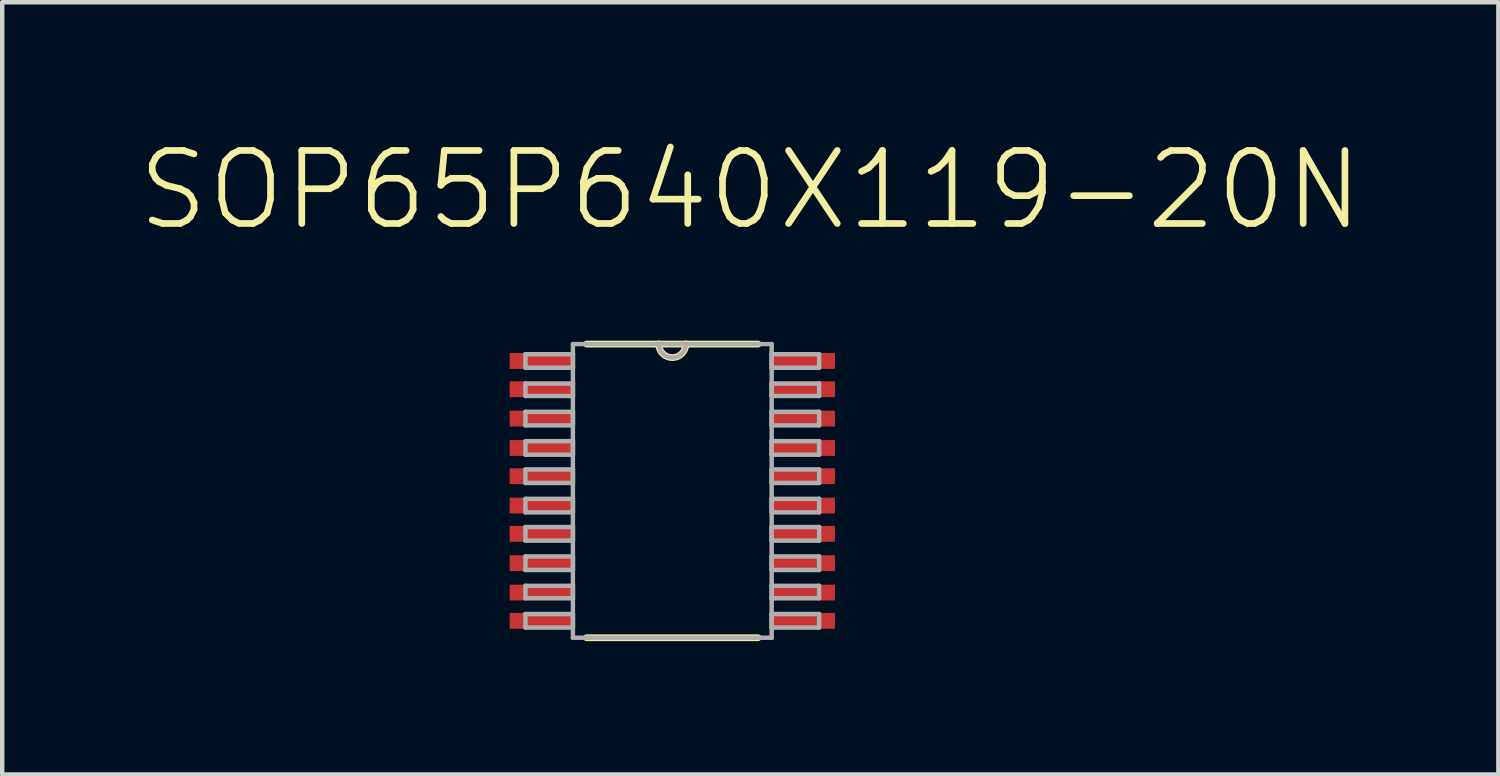
<source format=kicad_pcb>
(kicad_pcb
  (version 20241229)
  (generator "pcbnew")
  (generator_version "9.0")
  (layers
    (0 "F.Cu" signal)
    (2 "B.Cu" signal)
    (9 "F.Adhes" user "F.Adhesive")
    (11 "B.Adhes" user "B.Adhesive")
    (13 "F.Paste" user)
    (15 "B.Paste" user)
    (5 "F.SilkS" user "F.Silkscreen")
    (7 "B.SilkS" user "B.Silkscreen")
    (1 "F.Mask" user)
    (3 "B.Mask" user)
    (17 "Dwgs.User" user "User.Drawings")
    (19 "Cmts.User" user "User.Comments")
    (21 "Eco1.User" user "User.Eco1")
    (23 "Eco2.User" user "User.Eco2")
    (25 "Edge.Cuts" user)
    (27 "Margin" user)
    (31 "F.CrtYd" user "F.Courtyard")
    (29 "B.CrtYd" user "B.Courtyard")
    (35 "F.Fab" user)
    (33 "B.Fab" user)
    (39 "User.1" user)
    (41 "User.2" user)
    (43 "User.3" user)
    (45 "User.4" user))
  (footprint "SOP65P640X119-20N"
    (layer "F.Cu")
    (at 12.068 7.989)
    (property "Reference" "SOP65P640X119-20N" (at 1.755 -6.765 0) (layer "F.SilkS") (effects (font (size 1.642 1.642) (thickness 0.15))))
    (attr smd)
    (fp_line (start -1.93 3.302) (end 1.93 3.302) (stroke (width 0.152) (type solid)) (layer "F.SilkS"))
    (fp_line (start -0.305 -3.302) (end -1.93 -3.302) (stroke (width 0.152) (type solid)) (layer "F.SilkS"))
    (fp_line (start 0.305 -3.302) (end -0.305 -3.302) (stroke (width 0.152) (type solid)) (layer "F.SilkS"))
    (fp_line (start 1.93 -3.302) (end 0.305 -3.302) (stroke (width 0.152) (type solid)) (layer "F.SilkS"))
    (fp_arc (start 0.3048 -3.302) (mid 0 -2.9972) (end -0.3048 -3.302) (stroke (width 0.1524) (type solid)) (layer "F.SilkS"))
    (fp_line (start -3.302 -3.073) (end -3.302 -2.769) (stroke (width 0.1) (type solid)) (layer "F.Fab"))
    (fp_line (start -3.302 -2.769) (end -2.235 -2.769) (stroke (width 0.1) (type solid)) (layer "F.Fab"))
    (fp_line (start -3.302 -2.413) (end -3.302 -2.134) (stroke (width 0.1) (type solid)) (layer "F.Fab"))
    (fp_line (start -3.302 -2.134) (end -2.235 -2.134) (stroke (width 0.1) (type solid)) (layer "F.Fab"))
    (fp_line (start -3.302 -1.778) (end -3.302 -1.473) (stroke (width 0.1) (type solid)) (layer "F.Fab"))
    (fp_line (start -3.302 -1.473) (end -2.235 -1.473) (stroke (width 0.1) (type solid)) (layer "F.Fab"))
    (fp_line (start -3.302 -1.118) (end -3.302 -0.813) (stroke (width 0.1) (type solid)) (layer "F.Fab"))
    (fp_line (start -3.302 -0.813) (end -2.235 -0.813) (stroke (width 0.1) (type solid)) (layer "F.Fab"))
    (fp_line (start -3.302 -0.483) (end -3.302 -0.178) (stroke (width 0.1) (type solid)) (layer "F.Fab"))
    (fp_line (start -3.302 -0.178) (end -2.235 -0.178) (stroke (width 0.1) (type solid)) (layer "F.Fab"))
    (fp_line (start -3.302 0.178) (end -3.302 0.483) (stroke (width 0.1) (type solid)) (layer "F.Fab"))
    (fp_line (start -3.302 0.483) (end -2.235 0.483) (stroke (width 0.1) (type solid)) (layer "F.Fab"))
    (fp_line (start -3.302 0.813) (end -3.302 1.118) (stroke (width 0.1) (type solid)) (layer "F.Fab"))
    (fp_line (start -3.302 1.118) (end -2.235 1.118) (stroke (width 0.1) (type solid)) (layer "F.Fab"))
    (fp_line (start -3.302 1.473) (end -3.302 1.778) (stroke (width 0.1) (type solid)) (layer "F.Fab"))
    (fp_line (start -3.302 1.778) (end -2.235 1.778) (stroke (width 0.1) (type solid)) (layer "F.Fab"))
    (fp_line (start -3.302 2.134) (end -3.302 2.413) (stroke (width 0.1) (type solid)) (layer "F.Fab"))
    (fp_line (start -3.302 2.413) (end -2.235 2.413) (stroke (width 0.1) (type solid)) (layer "F.Fab"))
    (fp_line (start -3.302 2.769) (end -3.302 3.073) (stroke (width 0.1) (type solid)) (layer "F.Fab"))
    (fp_line (start -3.302 3.073) (end -2.235 3.073) (stroke (width 0.1) (type solid)) (layer "F.Fab"))
    (fp_line (start -2.235 -3.302) (end -2.235 3.302) (stroke (width 0.1) (type solid)) (layer "F.Fab"))
    (fp_line (start -2.235 -3.073) (end -3.302 -3.073) (stroke (width 0.1) (type solid)) (layer "F.Fab"))
    (fp_line (start -2.235 -2.769) (end -2.235 -3.073) (stroke (width 0.1) (type solid)) (layer "F.Fab"))
    (fp_line (start -2.235 -2.413) (end -3.302 -2.413) (stroke (width 0.1) (type solid)) (layer "F.Fab"))
    (fp_line (start -2.235 -2.134) (end -2.235 -2.413) (stroke (width 0.1) (type solid)) (layer "F.Fab"))
    (fp_line (start -2.235 -1.778) (end -3.302 -1.778) (stroke (width 0.1) (type solid)) (layer "F.Fab"))
    (fp_line (start -2.235 -1.473) (end -2.235 -1.778) (stroke (width 0.1) (type solid)) (layer "F.Fab"))
    (fp_line (start -2.235 -1.118) (end -3.302 -1.118) (stroke (width 0.1) (type solid)) (layer "F.Fab"))
    (fp_line (start -2.235 -0.813) (end -2.235 -1.118) (stroke (width 0.1) (type solid)) (layer "F.Fab"))
    (fp_line (start -2.235 -0.483) (end -3.302 -0.483) (stroke (width 0.1) (type solid)) (layer "F.Fab"))
    (fp_line (start -2.235 -0.178) (end -2.235 -0.483) (stroke (width 0.1) (type solid)) (layer "F.Fab"))
    (fp_line (start -2.235 0.178) (end -3.302 0.178) (stroke (width 0.1) (type solid)) (layer "F.Fab"))
    (fp_line (start -2.235 0.483) (end -2.235 0.178) (stroke (width 0.1) (type solid)) (layer "F.Fab"))
    (fp_line (start -2.235 0.813) (end -3.302 0.813) (stroke (width 0.1) (type solid)) (layer "F.Fab"))
    (fp_line (start -2.235 1.118) (end -2.235 0.813) (stroke (width 0.1) (type solid)) (layer "F.Fab"))
    (fp_line (start -2.235 1.473) (end -3.302 1.473) (stroke (width 0.1) (type solid)) (layer "F.Fab"))
    (fp_line (start -2.235 1.778) (end -2.235 1.473) (stroke (width 0.1) (type solid)) (layer "F.Fab"))
    (fp_line (start -2.235 2.134) (end -3.302 2.134) (stroke (width 0.1) (type solid)) (layer "F.Fab"))
    (fp_line (start -2.235 2.413) (end -2.235 2.134) (stroke (width 0.1) (type solid)) (layer "F.Fab"))
    (fp_line (start -2.235 2.769) (end -3.302 2.769) (stroke (width 0.1) (type solid)) (layer "F.Fab"))
    (fp_line (start -2.235 3.073) (end -2.235 2.769) (stroke (width 0.1) (type solid)) (layer "F.Fab"))
    (fp_line (start -2.235 3.302) (end 2.235 3.302) (stroke (width 0.1) (type solid)) (layer "F.Fab"))
    (fp_line (start -0.305 -3.302) (end -2.235 -3.302) (stroke (width 0.1) (type solid)) (layer "F.Fab"))
    (fp_line (start 0.305 -3.302) (end -0.305 -3.302) (stroke (width 0.1) (type solid)) (layer "F.Fab"))
    (fp_line (start 2.235 -3.302) (end 0.305 -3.302) (stroke (width 0.1) (type solid)) (layer "F.Fab"))
    (fp_line (start 2.235 -3.073) (end 2.235 -2.769) (stroke (width 0.1) (type solid)) (layer "F.Fab"))
    (fp_line (start 2.235 -2.769) (end 3.302 -2.769) (stroke (width 0.1) (type solid)) (layer "F.Fab"))
    (fp_line (start 2.235 -2.413) (end 2.235 -2.134) (stroke (width 0.1) (type solid)) (layer "F.Fab"))
    (fp_line (start 2.235 -2.134) (end 3.302 -2.134) (stroke (width 0.1) (type solid)) (layer "F.Fab"))
    (fp_line (start 2.235 -1.778) (end 2.235 -1.473) (stroke (width 0.1) (type solid)) (layer "F.Fab"))
    (fp_line (start 2.235 -1.473) (end 3.302 -1.473) (stroke (width 0.1) (type solid)) (layer "F.Fab"))
    (fp_line (start 2.235 -1.118) (end 2.235 -0.813) (stroke (width 0.1) (type solid)) (layer "F.Fab"))
    (fp_line (start 2.235 -0.813) (end 3.302 -0.813) (stroke (width 0.1) (type solid)) (layer "F.Fab"))
    (fp_line (start 2.235 -0.483) (end 2.235 -0.178) (stroke (width 0.1) (type solid)) (layer "F.Fab"))
    (fp_line (start 2.235 -0.178) (end 3.302 -0.178) (stroke (width 0.1) (type solid)) (layer "F.Fab"))
    (fp_line (start 2.235 0.178) (end 2.235 0.483) (stroke (width 0.1) (type solid)) (layer "F.Fab"))
    (fp_line (start 2.235 0.483) (end 3.302 0.483) (stroke (width 0.1) (type solid)) (layer "F.Fab"))
    (fp_line (start 2.235 0.813) (end 2.235 1.118) (stroke (width 0.1) (type solid)) (layer "F.Fab"))
    (fp_line (start 2.235 1.118) (end 3.302 1.118) (stroke (width 0.1) (type solid)) (layer "F.Fab"))
    (fp_line (start 2.235 1.473) (end 2.235 1.778) (stroke (width 0.1) (type solid)) (layer "F.Fab"))
    (fp_line (start 2.235 1.778) (end 3.302 1.778) (stroke (width 0.1) (type solid)) (layer "F.Fab"))
    (fp_line (start 2.235 2.134) (end 2.235 2.413) (stroke (width 0.1) (type solid)) (layer "F.Fab"))
    (fp_line (start 2.235 2.413) (end 3.302 2.413) (stroke (width 0.1) (type solid)) (layer "F.Fab"))
    (fp_line (start 2.235 2.769) (end 2.235 3.073) (stroke (width 0.1) (type solid)) (layer "F.Fab"))
    (fp_line (start 2.235 3.073) (end 3.302 3.073) (stroke (width 0.1) (type solid)) (layer "F.Fab"))
    (fp_line (start 2.235 3.302) (end 2.235 -3.302) (stroke (width 0.1) (type solid)) (layer "F.Fab"))
    (fp_line (start 3.302 -3.073) (end 2.235 -3.073) (stroke (width 0.1) (type solid)) (layer "F.Fab"))
    (fp_line (start 3.302 -2.769) (end 3.302 -3.073) (stroke (width 0.1) (type solid)) (layer "F.Fab"))
    (fp_line (start 3.302 -2.413) (end 2.235 -2.413) (stroke (width 0.1) (type solid)) (layer "F.Fab"))
    (fp_line (start 3.302 -2.134) (end 3.302 -2.413) (stroke (width 0.1) (type solid)) (layer "F.Fab"))
    (fp_line (start 3.302 -1.778) (end 2.235 -1.778) (stroke (width 0.1) (type solid)) (layer "F.Fab"))
    (fp_line (start 3.302 -1.473) (end 3.302 -1.778) (stroke (width 0.1) (type solid)) (layer "F.Fab"))
    (fp_line (start 3.302 -1.118) (end 2.235 -1.118) (stroke (width 0.1) (type solid)) (layer "F.Fab"))
    (fp_line (start 3.302 -0.813) (end 3.302 -1.118) (stroke (width 0.1) (type solid)) (layer "F.Fab"))
    (fp_line (start 3.302 -0.483) (end 2.235 -0.483) (stroke (width 0.1) (type solid)) (layer "F.Fab"))
    (fp_line (start 3.302 -0.178) (end 3.302 -0.483) (stroke (width 0.1) (type solid)) (layer "F.Fab"))
    (fp_line (start 3.302 0.178) (end 2.235 0.178) (stroke (width 0.1) (type solid)) (layer "F.Fab"))
    (fp_line (start 3.302 0.483) (end 3.302 0.178) (stroke (width 0.1) (type solid)) (layer "F.Fab"))
    (fp_line (start 3.302 0.813) (end 2.235 0.813) (stroke (width 0.1) (type solid)) (layer "F.Fab"))
    (fp_line (start 3.302 1.118) (end 3.302 0.813) (stroke (width 0.1) (type solid)) (layer "F.Fab"))
    (fp_line (start 3.302 1.473) (end 2.235 1.473) (stroke (width 0.1) (type solid)) (layer "F.Fab"))
    (fp_line (start 3.302 1.778) (end 3.302 1.473) (stroke (width 0.1) (type solid)) (layer "F.Fab"))
    (fp_line (start 3.302 2.134) (end 2.235 2.134) (stroke (width 0.1) (type solid)) (layer "F.Fab"))
    (fp_line (start 3.302 2.413) (end 3.302 2.134) (stroke (width 0.1) (type solid)) (layer "F.Fab"))
    (fp_line (start 3.302 2.769) (end 2.235 2.769) (stroke (width 0.1) (type solid)) (layer "F.Fab"))
    (fp_line (start 3.302 3.073) (end 3.302 2.769) (stroke (width 0.1) (type solid)) (layer "F.Fab"))
    (fp_arc (start 0.3048 -3.302) (mid 0 -2.9972) (end -0.3048 -3.302) (stroke (width 0.1) (type solid)) (layer "F.Fab"))
    (pad "1" smd rect (at -2.921 -2.921) (size 1.473 0.356) (layers "F.Cu" "F.Mask" "F.Paste"))
    (pad "2" smd rect (at -2.921 -2.286) (size 1.473 0.356) (layers "F.Cu" "F.Mask" "F.Paste"))
    (pad "3" smd rect (at -2.921 -1.626) (size 1.473 0.356) (layers "F.Cu" "F.Mask" "F.Paste"))
    (pad "4" smd rect (at -2.921 -0.965) (size 1.473 0.356) (layers "F.Cu" "F.Mask" "F.Paste"))
    (pad "5" smd rect (at -2.921 -0.33) (size 1.473 0.356) (layers "F.Cu" "F.Mask" "F.Paste"))
    (pad "6" smd rect (at -2.921 0.33) (size 1.473 0.356) (layers "F.Cu" "F.Mask" "F.Paste"))
    (pad "7" smd rect (at -2.921 0.965) (size 1.473 0.356) (layers "F.Cu" "F.Mask" "F.Paste"))
    (pad "8" smd rect (at -2.921 1.626) (size 1.473 0.356) (layers "F.Cu" "F.Mask" "F.Paste"))
    (pad "9" smd rect (at -2.921 2.286) (size 1.473 0.356) (layers "F.Cu" "F.Mask" "F.Paste"))
    (pad "10" smd rect (at -2.921 2.921) (size 1.473 0.356) (layers "F.Cu" "F.Mask" "F.Paste"))
    (pad "11" smd rect (at 2.921 2.921) (size 1.473 0.356) (layers "F.Cu" "F.Mask" "F.Paste"))
    (pad "12" smd rect (at 2.921 2.286) (size 1.473 0.356) (layers "F.Cu" "F.Mask" "F.Paste"))
    (pad "13" smd rect (at 2.921 1.626) (size 1.473 0.356) (layers "F.Cu" "F.Mask" "F.Paste"))
    (pad "14" smd rect (at 2.921 0.965) (size 1.473 0.356) (layers "F.Cu" "F.Mask" "F.Paste"))
    (pad "15" smd rect (at 2.921 0.33) (size 1.473 0.356) (layers "F.Cu" "F.Mask" "F.Paste"))
    (pad "16" smd rect (at 2.921 -0.33) (size 1.473 0.356) (layers "F.Cu" "F.Mask" "F.Paste"))
    (pad "17" smd rect (at 2.921 -0.965) (size 1.473 0.356) (layers "F.Cu" "F.Mask" "F.Paste"))
    (pad "18" smd rect (at 2.921 -1.626) (size 1.473 0.356) (layers "F.Cu" "F.Mask" "F.Paste"))
    (pad "19" smd rect (at 2.921 -2.286) (size 1.473 0.356) (layers "F.Cu" "F.Mask" "F.Paste"))
    (pad "20" smd rect (at 2.921 -2.921) (size 1.473 0.356) (layers "F.Cu" "F.Mask" "F.Paste")))
  (gr_rect
    (start -3 -3)
    (end 30.645 14.367)
    (stroke (width 0.1) (type default))
    (fill no)
    (layer "Edge.Cuts")))
</source>
